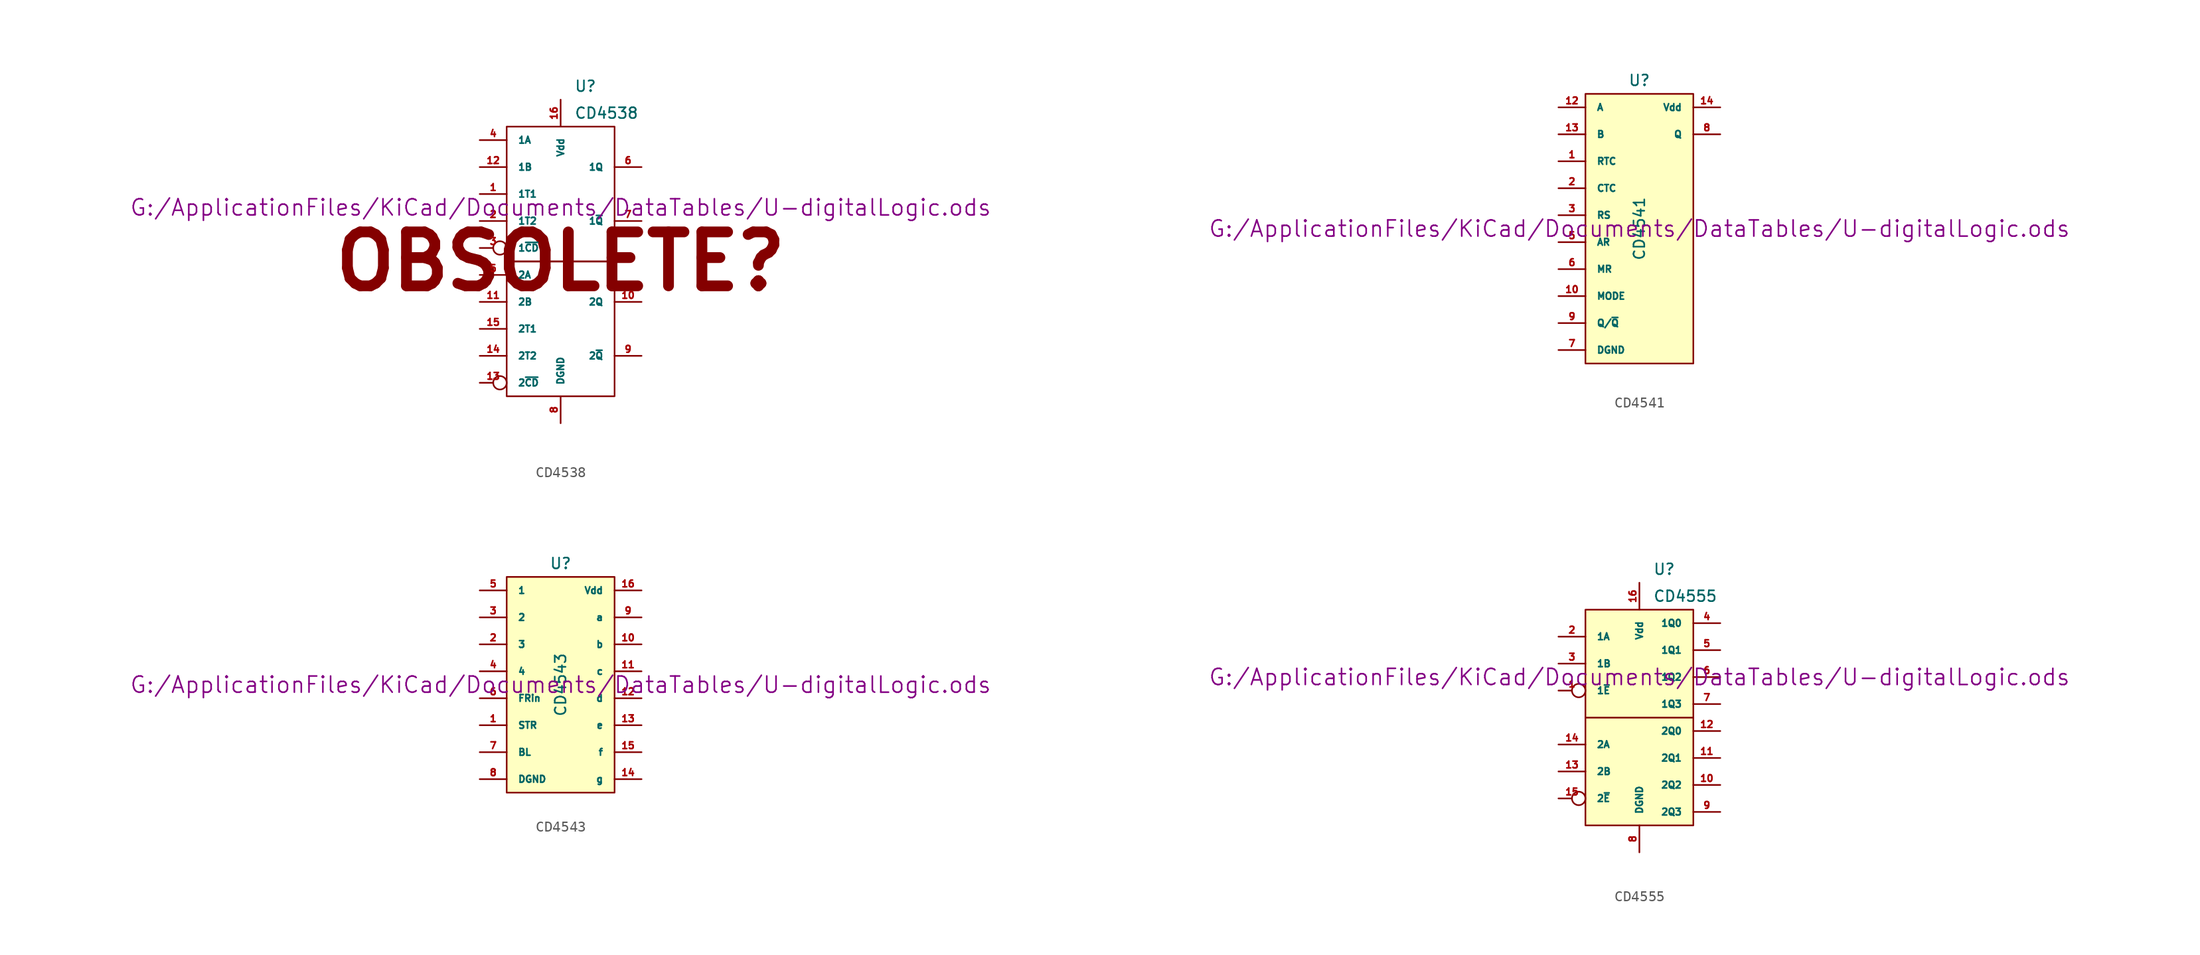
<source format=kicad_sym>
(kicad_symbol_lib
  (version 20211014)
  (generator kicad_symbol_editor)
  (symbol "CD4538"
    (pin_names
      (offset 1.016))
    (property "Reference" "U"
      (at 1.27 16.51 0)
      (effects (font (size 1.016 1.016)) (justify left)))
    (property "Value" "CD4538"
      (at 1.27 13.97 0)
      (effects (font (size 1.016 1.016)) (justify left)))
    (property "Footprint" ""
      (at 0 5.08 0)
      (effects (font (size 1.524 1.524))))
    (property "Datasheet" "G:/ApplicationFiles/KiCad/Documents/DataTables/U-digitalLogic.ods"
      (at 0 5.08 0)
      (effects (font (size 1.524 1.524))))
    (symbol "CD4538_0_0"
      (text "OBSOLETE?" (at 0 0 0) (effects (font (size 5.08 5.08) bold))))
    (symbol "CD4538_0_1"
      (rectangle (start -5.08 0) (end 5.08 -12.7) (stroke (width 0) (type default) (color 0 0 0 0)) (fill (type none)))
      (rectangle (start -5.08 12.7) (end 5.08 0) (stroke (width 0) (type default) (color 0 0 0 0)) (fill (type none))))
    (symbol "CD4538_1_1"
      (pin input line (at -7.62 6.35 0) (length 2.54) (name "1T1" (effects (font (size 0.635 0.635)))) (number "1" (effects (font (size 0.635 0.635)))))
      (pin output line (at 7.62 -3.81 180) (length 2.54) (name "2Q" (effects (font (size 0.635 0.635)))) (number "10" (effects (font (size 0.635 0.635)))))
      (pin input line (at -7.62 -3.81 0) (length 2.54) (name "2B" (effects (font (size 0.635 0.635)))) (number "11" (effects (font (size 0.635 0.635)))))
      (pin input line (at -7.62 8.89 0) (length 2.54) (name "1B" (effects (font (size 0.635 0.635)))) (number "12" (effects (font (size 0.635 0.635)))))
      (pin input inverted (at -7.62 -11.43 0) (length 2.54) (name "2~{CD}" (effects (font (size 0.635 0.635)))) (number "13" (effects (font (size 0.635 0.635)))))
      (pin input line (at -7.62 -8.89 0) (length 2.54) (name "2T2" (effects (font (size 0.635 0.635)))) (number "14" (effects (font (size 0.635 0.635)))))
      (pin input line (at -7.62 -6.35 0) (length 2.54) (name "2T1" (effects (font (size 0.635 0.635)))) (number "15" (effects (font (size 0.635 0.635)))))
      (pin power_in line (at 0 15.24 270) (length 2.54) (name "Vdd" (effects (font (size 0.635 0.635)))) (number "16" (effects (font (size 0.635 0.635)))))
      (pin input line (at -7.62 3.81 0) (length 2.54) (name "1T2" (effects (font (size 0.635 0.635)))) (number "2" (effects (font (size 0.635 0.635)))))
      (pin input inverted (at -7.62 1.27 0) (length 2.54) (name "1~{CD}" (effects (font (size 0.635 0.635)))) (number "3" (effects (font (size 0.635 0.635)))))
      (pin input line (at -7.62 11.43 0) (length 2.54) (name "1A" (effects (font (size 0.635 0.635)))) (number "4" (effects (font (size 0.635 0.635)))))
      (pin input line (at -7.62 -1.27 0) (length 2.54) (name "2A" (effects (font (size 0.635 0.635)))) (number "5" (effects (font (size 0.635 0.635)))))
      (pin output line (at 7.62 8.89 180) (length 2.54) (name "1Q" (effects (font (size 0.635 0.635)))) (number "6" (effects (font (size 0.635 0.635)))))
      (pin output line (at 7.62 3.81 180) (length 2.54) (name "1~{Q}" (effects (font (size 0.635 0.635)))) (number "7" (effects (font (size 0.635 0.635)))))
      (pin power_in line (at 0 -15.24 90) (length 2.54) (name "DGND" (effects (font (size 0.635 0.635)))) (number "8" (effects (font (size 0.635 0.635)))))
      (pin output line (at 7.62 -8.89 180) (length 2.54) (name "2~{Q}" (effects (font (size 0.635 0.635)))) (number "9" (effects (font (size 0.635 0.635)))))))
  (symbol "CD4541"
    (pin_names
      (offset 1.016))
    (property "Reference" "U"
      (at 0 13.97 0)
      (effects (font (size 1.016 1.016))))
    (property "Value" "CD4541"
      (at 0 0 90)
      (effects (font (size 1.016 1.016))))
    (property "Footprint" ""
      (at 0 0 0)
      (effects (font (size 1.524 1.524))))
    (property "Datasheet" "G:/ApplicationFiles/KiCad/Documents/DataTables/U-digitalLogic.ods"
      (at 0 0 0)
      (effects (font (size 1.524 1.524))))
    (symbol "CD4541_0_1"
      (rectangle (start -5.08 12.7) (end 5.08 -12.7) (stroke (width 0) (type default) (color 0 0 0 0)) (fill (type background))))
    (symbol "CD4541_1_1"
      (pin input line (at -7.62 6.35 0) (length 2.54) (name "RTC" (effects (font (size 0.635 0.635)))) (number "1" (effects (font (size 0.635 0.635)))))
      (pin input line (at -7.62 -6.35 0) (length 2.54) (name "MODE" (effects (font (size 0.635 0.635)))) (number "10" (effects (font (size 0.635 0.635)))))
      (pin input line (at -7.62 11.43 0) (length 2.54) (name "A" (effects (font (size 0.635 0.635)))) (number "12" (effects (font (size 0.635 0.635)))))
      (pin input line (at -7.62 8.89 0) (length 2.54) (name "B" (effects (font (size 0.635 0.635)))) (number "13" (effects (font (size 0.635 0.635)))))
      (pin power_in line (at 7.62 11.43 180) (length 2.54) (name "Vdd" (effects (font (size 0.635 0.635)))) (number "14" (effects (font (size 0.635 0.635)))))
      (pin input line (at -7.62 3.81 0) (length 2.54) (name "CTC" (effects (font (size 0.635 0.635)))) (number "2" (effects (font (size 0.635 0.635)))))
      (pin input line (at -7.62 1.27 0) (length 2.54) (name "RS" (effects (font (size 0.635 0.635)))) (number "3" (effects (font (size 0.635 0.635)))))
      (pin input line (at -7.62 -1.27 0) (length 2.54) (name "AR" (effects (font (size 0.635 0.635)))) (number "5" (effects (font (size 0.635 0.635)))))
      (pin input line (at -7.62 -3.81 0) (length 2.54) (name "MR" (effects (font (size 0.635 0.635)))) (number "6" (effects (font (size 0.635 0.635)))))
      (pin power_in line (at -7.62 -11.43 0) (length 2.54) (name "DGND" (effects (font (size 0.635 0.635)))) (number "7" (effects (font (size 0.635 0.635)))))
      (pin output line (at 7.62 8.89 180) (length 2.54) (name "Q" (effects (font (size 0.635 0.635)))) (number "8" (effects (font (size 0.635 0.635)))))
      (pin input line (at -7.62 -8.89 0) (length 2.54) (name "Q/~{Q}" (effects (font (size 0.635 0.635)))) (number "9" (effects (font (size 0.635 0.635)))))))
  (symbol "CD4543"
    (pin_names
      (offset 1.016))
    (property "Reference" "U"
      (at 0 11.43 0)
      (effects (font (size 1.016 1.016))))
    (property "Value" "CD4543"
      (at 0 0 90)
      (effects (font (size 1.016 1.016))))
    (property "Footprint" ""
      (at 0 0 0)
      (effects (font (size 1.524 1.524))))
    (property "Datasheet" "G:/ApplicationFiles/KiCad/Documents/DataTables/U-digitalLogic.ods"
      (at 0 0 0)
      (effects (font (size 1.524 1.524))))
    (symbol "CD4543_0_1"
      (rectangle (start -5.08 10.16) (end 5.08 -10.16) (stroke (width 0) (type default) (color 0 0 0 0)) (fill (type background))))
    (symbol "CD4543_1_1"
      (pin input line (at -7.62 -3.81 0) (length 2.54) (name "STR" (effects (font (size 0.635 0.635)))) (number "1" (effects (font (size 0.635 0.635)))))
      (pin output line (at 7.62 3.81 180) (length 2.54) (name "b" (effects (font (size 0.635 0.635)))) (number "10" (effects (font (size 0.635 0.635)))))
      (pin output line (at 7.62 1.27 180) (length 2.54) (name "c" (effects (font (size 0.635 0.635)))) (number "11" (effects (font (size 0.635 0.635)))))
      (pin output line (at 7.62 -1.27 180) (length 2.54) (name "d" (effects (font (size 0.635 0.635)))) (number "12" (effects (font (size 0.635 0.635)))))
      (pin output line (at 7.62 -3.81 180) (length 2.54) (name "e" (effects (font (size 0.635 0.635)))) (number "13" (effects (font (size 0.635 0.635)))))
      (pin output line (at 7.62 -8.89 180) (length 2.54) (name "g" (effects (font (size 0.635 0.635)))) (number "14" (effects (font (size 0.635 0.635)))))
      (pin output line (at 7.62 -6.35 180) (length 2.54) (name "f" (effects (font (size 0.635 0.635)))) (number "15" (effects (font (size 0.635 0.635)))))
      (pin power_in line (at 7.62 8.89 180) (length 2.54) (name "Vdd" (effects (font (size 0.635 0.635)))) (number "16" (effects (font (size 0.635 0.635)))))
      (pin input line (at -7.62 3.81 0) (length 2.54) (name "3" (effects (font (size 0.635 0.635)))) (number "2" (effects (font (size 0.635 0.635)))))
      (pin input line (at -7.62 6.35 0) (length 2.54) (name "2" (effects (font (size 0.635 0.635)))) (number "3" (effects (font (size 0.635 0.635)))))
      (pin input line (at -7.62 1.27 0) (length 2.54) (name "4" (effects (font (size 0.635 0.635)))) (number "4" (effects (font (size 0.635 0.635)))))
      (pin input line (at -7.62 8.89 0) (length 2.54) (name "1" (effects (font (size 0.635 0.635)))) (number "5" (effects (font (size 0.635 0.635)))))
      (pin input line (at -7.62 -1.27 0) (length 2.54) (name "FRin" (effects (font (size 0.635 0.635)))) (number "6" (effects (font (size 0.635 0.635)))))
      (pin input line (at -7.62 -6.35 0) (length 2.54) (name "BL" (effects (font (size 0.635 0.635)))) (number "7" (effects (font (size 0.635 0.635)))))
      (pin power_in line (at -7.62 -8.89 0) (length 2.54) (name "DGND" (effects (font (size 0.635 0.635)))) (number "8" (effects (font (size 0.635 0.635)))))
      (pin output line (at 7.62 6.35 180) (length 2.54) (name "a" (effects (font (size 0.635 0.635)))) (number "9" (effects (font (size 0.635 0.635)))))))
  (symbol "CD4555"
    (pin_names
      (offset 1.016))
    (property "Reference" "U"
      (at 1.27 13.97 0)
      (effects (font (size 1.016 1.016)) (justify left)))
    (property "Value" "CD4555"
      (at 1.27 11.43 0)
      (effects (font (size 1.016 1.016)) (justify left)))
    (property "Footprint" ""
      (at 0 3.81 0)
      (effects (font (size 1.524 1.524))))
    (property "Datasheet" "G:/ApplicationFiles/KiCad/Documents/DataTables/U-digitalLogic.ods"
      (at 0 3.81 0)
      (effects (font (size 1.524 1.524))))
    (symbol "CD4555_0_1"
      (rectangle (start -5.08 0) (end 5.08 -10.16) (stroke (width 0) (type default) (color 0 0 0 0)) (fill (type background)))
      (rectangle (start -5.08 10.16) (end 5.08 0) (stroke (width 0) (type default) (color 0 0 0 0)) (fill (type background))))
    (symbol "CD4555_1_1"
      (pin input inverted (at -7.62 2.54 0) (length 2.54) (name "1~{E}" (effects (font (size 0.635 0.635)))) (number "1" (effects (font (size 0.635 0.635)))))
      (pin output line (at 7.62 -6.35 180) (length 2.54) (name "2Q2" (effects (font (size 0.635 0.635)))) (number "10" (effects (font (size 0.635 0.635)))))
      (pin output line (at 7.62 -3.81 180) (length 2.54) (name "2Q1" (effects (font (size 0.635 0.635)))) (number "11" (effects (font (size 0.635 0.635)))))
      (pin output line (at 7.62 -1.27 180) (length 2.54) (name "2Q0" (effects (font (size 0.635 0.635)))) (number "12" (effects (font (size 0.635 0.635)))))
      (pin input line (at -7.62 -5.08 0) (length 2.54) (name "2B" (effects (font (size 0.635 0.635)))) (number "13" (effects (font (size 0.635 0.635)))))
      (pin input line (at -7.62 -2.54 0) (length 2.54) (name "2A" (effects (font (size 0.635 0.635)))) (number "14" (effects (font (size 0.635 0.635)))))
      (pin input inverted (at -7.62 -7.62 0) (length 2.54) (name "2~{E}" (effects (font (size 0.635 0.635)))) (number "15" (effects (font (size 0.635 0.635)))))
      (pin power_in line (at 0 12.7 270) (length 2.54) (name "Vdd" (effects (font (size 0.635 0.635)))) (number "16" (effects (font (size 0.635 0.635)))))
      (pin input line (at -7.62 7.62 0) (length 2.54) (name "1A" (effects (font (size 0.635 0.635)))) (number "2" (effects (font (size 0.635 0.635)))))
      (pin input line (at -7.62 5.08 0) (length 2.54) (name "1B" (effects (font (size 0.635 0.635)))) (number "3" (effects (font (size 0.635 0.635)))))
      (pin output line (at 7.62 8.89 180) (length 2.54) (name "1Q0" (effects (font (size 0.635 0.635)))) (number "4" (effects (font (size 0.635 0.635)))))
      (pin output line (at 7.62 6.35 180) (length 2.54) (name "1Q1" (effects (font (size 0.635 0.635)))) (number "5" (effects (font (size 0.635 0.635)))))
      (pin output line (at 7.62 3.81 180) (length 2.54) (name "1Q2" (effects (font (size 0.635 0.635)))) (number "6" (effects (font (size 0.635 0.635)))))
      (pin output line (at 7.62 1.27 180) (length 2.54) (name "1Q3" (effects (font (size 0.635 0.635)))) (number "7" (effects (font (size 0.635 0.635)))))
      (pin power_in line (at 0 -12.7 90) (length 2.54) (name "DGND" (effects (font (size 0.635 0.635)))) (number "8" (effects (font (size 0.635 0.635)))))
      (pin output line (at 7.62 -8.89 180) (length 2.54) (name "2Q3" (effects (font (size 0.635 0.635)))) (number "9" (effects (font (size 0.635 0.635))))))))
</source>
